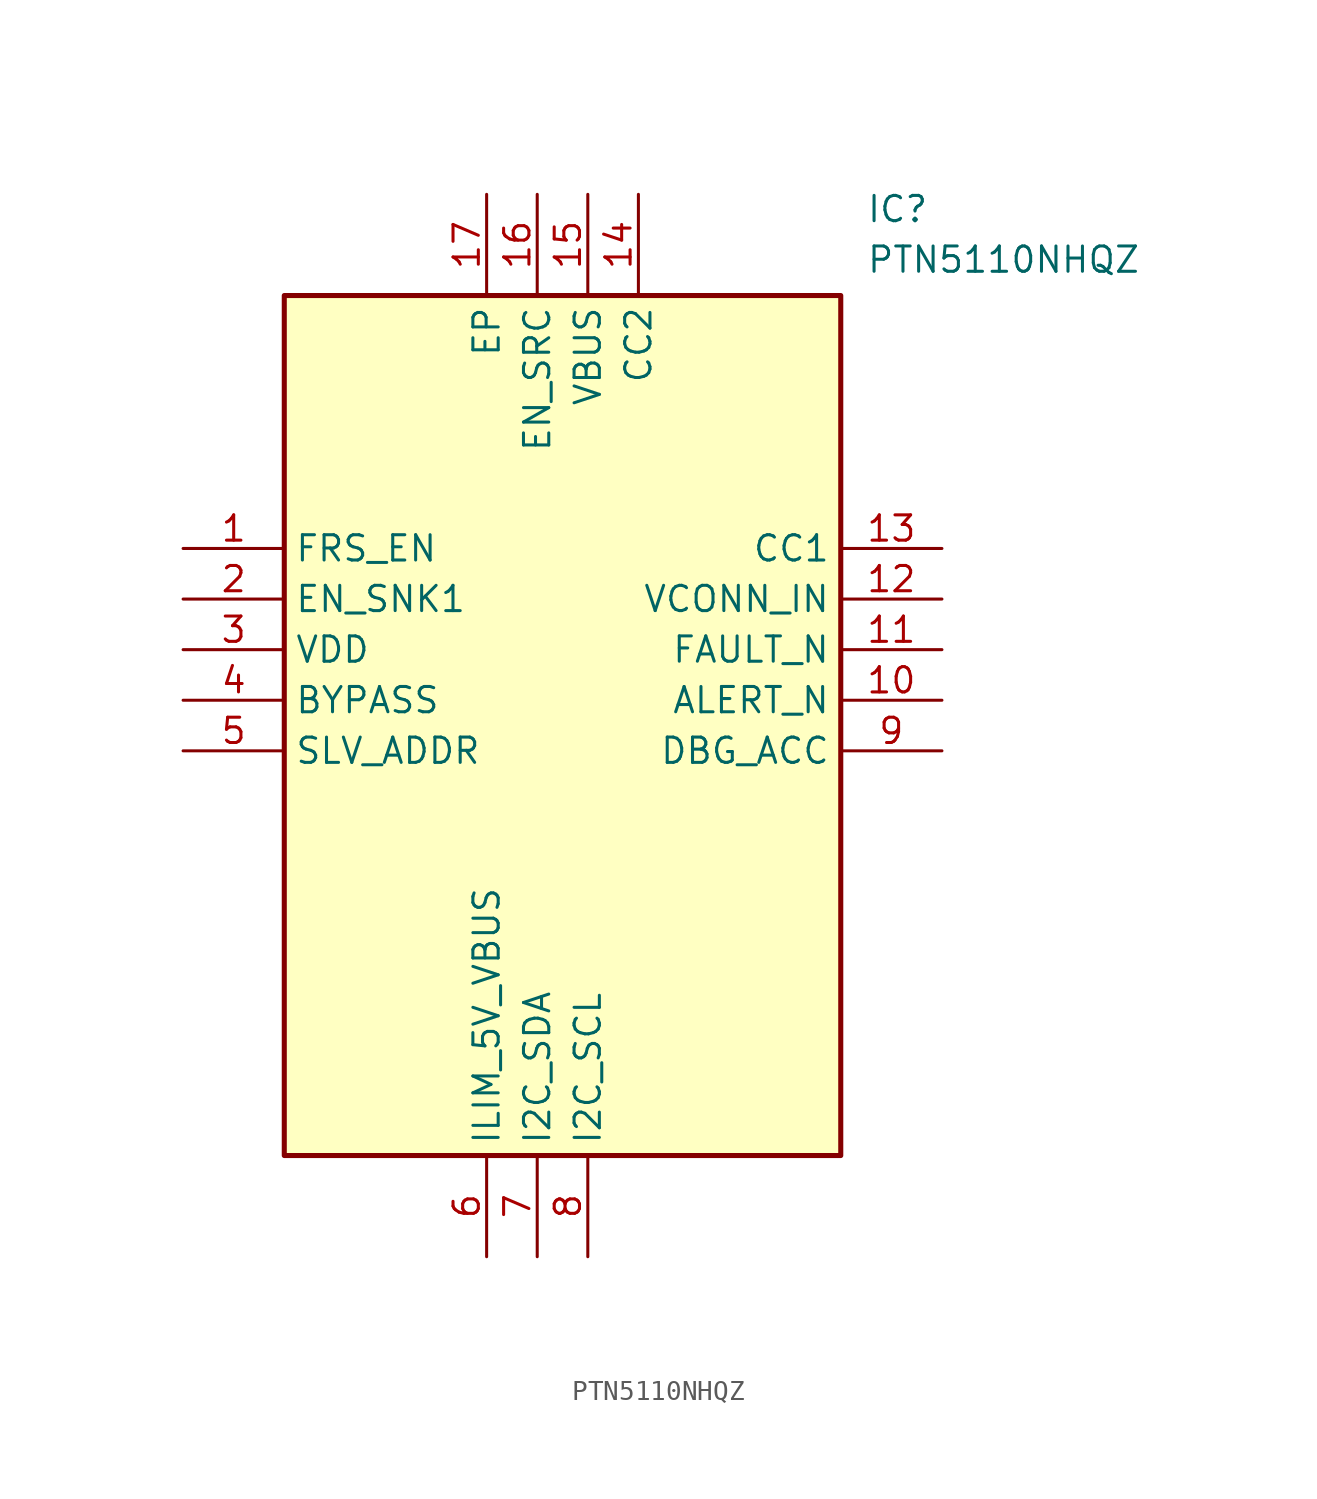
<source format=kicad_sym>
(kicad_symbol_lib
  (version 20211014)
  (generator SamacSys_ECAD_Model)
  (symbol "PTN5110NHQZ"
    (property "Reference" "IC"
      (at 34.29 17.78 0)
      (effects (font (size 1.27 1.27)) (justify left top)))
    (property "Value" "PTN5110NHQZ"
      (at 34.29 15.24 0)
      (effects (font (size 1.27 1.27)) (justify left top)))
    (rectangle
      (start 5.08 12.7)
      (end 33.02 -30.48)
      (stroke (width 0.254) (type default))
      (fill (type background)))
    (pin passive line
      (at 0 0 0)
      (length 5.08)
      (name "FRS_EN" (effects (font (size 1.27 1.27))))
      (number "1" (effects (font (size 1.27 1.27)))))
    (pin passive line
      (at 0 -2.54 0)
      (length 5.08)
      (name "EN_SNK1" (effects (font (size 1.27 1.27))))
      (number "2" (effects (font (size 1.27 1.27)))))
    (pin passive line
      (at 0 -5.08 0)
      (length 5.08)
      (name "VDD" (effects (font (size 1.27 1.27))))
      (number "3" (effects (font (size 1.27 1.27)))))
    (pin passive line
      (at 0 -7.62 0)
      (length 5.08)
      (name "BYPASS" (effects (font (size 1.27 1.27))))
      (number "4" (effects (font (size 1.27 1.27)))))
    (pin passive line
      (at 0 -10.16 0)
      (length 5.08)
      (name "SLV_ADDR" (effects (font (size 1.27 1.27))))
      (number "5" (effects (font (size 1.27 1.27)))))
    (pin passive line
      (at 15.24 -35.56 90)
      (length 5.08)
      (name "ILIM_5V_VBUS" (effects (font (size 1.27 1.27))))
      (number "6" (effects (font (size 1.27 1.27)))))
    (pin passive line
      (at 17.78 -35.56 90)
      (length 5.08)
      (name "I2C_SDA" (effects (font (size 1.27 1.27))))
      (number "7" (effects (font (size 1.27 1.27)))))
    (pin passive line
      (at 20.32 -35.56 90)
      (length 5.08)
      (name "I2C_SCL" (effects (font (size 1.27 1.27))))
      (number "8" (effects (font (size 1.27 1.27)))))
    (pin passive line
      (at 38.1 0 180)
      (length 5.08)
      (name "CC1" (effects (font (size 1.27 1.27))))
      (number "13" (effects (font (size 1.27 1.27)))))
    (pin passive line
      (at 38.1 -2.54 180)
      (length 5.08)
      (name "VCONN_IN" (effects (font (size 1.27 1.27))))
      (number "12" (effects (font (size 1.27 1.27)))))
    (pin passive line
      (at 38.1 -5.08 180)
      (length 5.08)
      (name "FAULT_N" (effects (font (size 1.27 1.27))))
      (number "11" (effects (font (size 1.27 1.27)))))
    (pin passive line
      (at 38.1 -7.62 180)
      (length 5.08)
      (name "ALERT_N" (effects (font (size 1.27 1.27))))
      (number "10" (effects (font (size 1.27 1.27)))))
    (pin passive line
      (at 38.1 -10.16 180)
      (length 5.08)
      (name "DBG_ACC" (effects (font (size 1.27 1.27))))
      (number "9" (effects (font (size 1.27 1.27)))))
    (pin passive line
      (at 15.24 17.78 270)
      (length 5.08)
      (name "EP" (effects (font (size 1.27 1.27))))
      (number "17" (effects (font (size 1.27 1.27)))))
    (pin passive line
      (at 17.78 17.78 270)
      (length 5.08)
      (name "EN_SRC" (effects (font (size 1.27 1.27))))
      (number "16" (effects (font (size 1.27 1.27)))))
    (pin passive line
      (at 20.32 17.78 270)
      (length 5.08)
      (name "VBUS" (effects (font (size 1.27 1.27))))
      (number "15" (effects (font (size 1.27 1.27)))))
    (pin passive line
      (at 22.86 17.78 270)
      (length 5.08)
      (name "CC2" (effects (font (size 1.27 1.27))))
      (number "14" (effects (font (size 1.27 1.27)))))))
</source>
